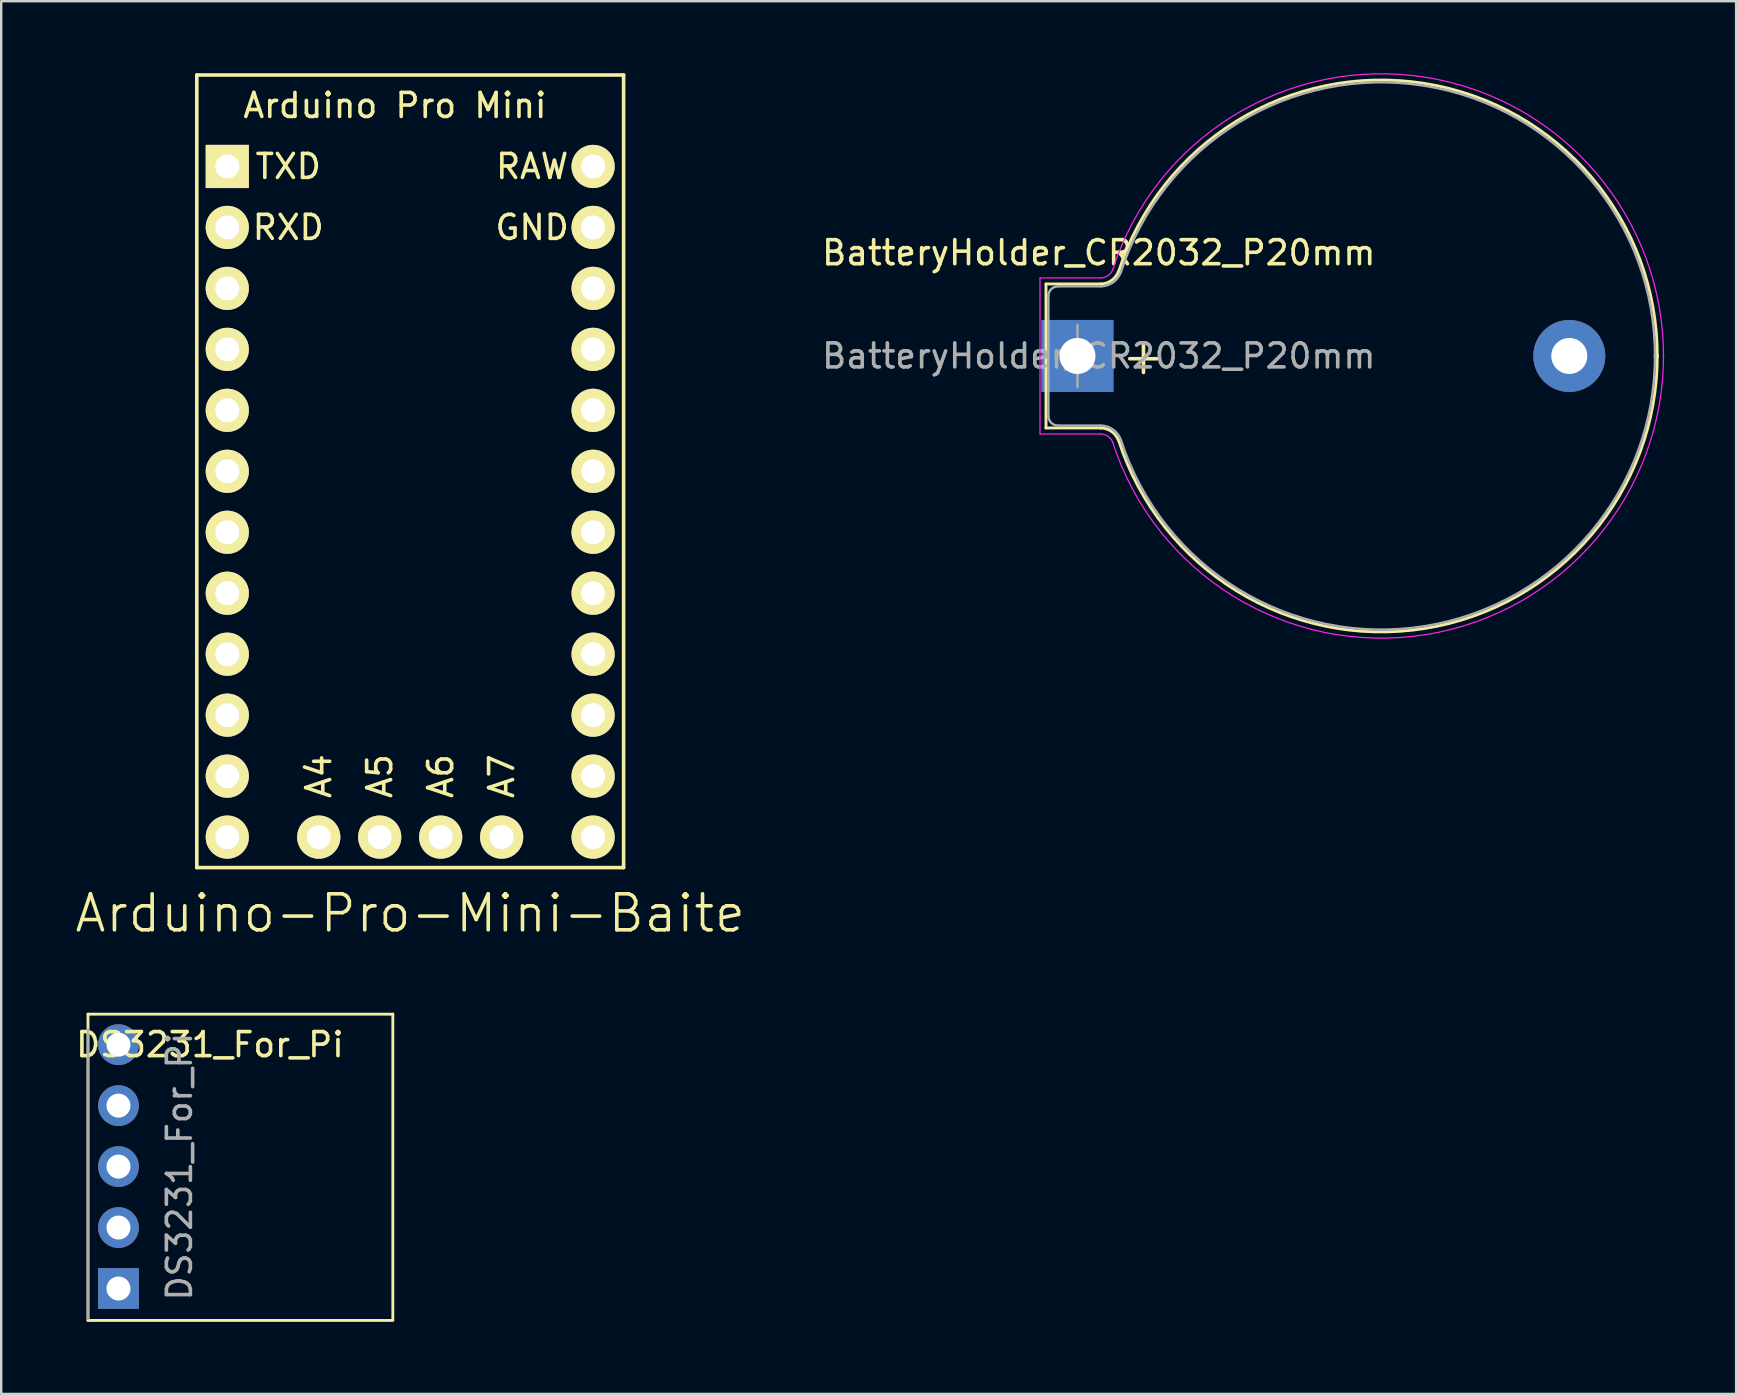
<source format=kicad_pcb>
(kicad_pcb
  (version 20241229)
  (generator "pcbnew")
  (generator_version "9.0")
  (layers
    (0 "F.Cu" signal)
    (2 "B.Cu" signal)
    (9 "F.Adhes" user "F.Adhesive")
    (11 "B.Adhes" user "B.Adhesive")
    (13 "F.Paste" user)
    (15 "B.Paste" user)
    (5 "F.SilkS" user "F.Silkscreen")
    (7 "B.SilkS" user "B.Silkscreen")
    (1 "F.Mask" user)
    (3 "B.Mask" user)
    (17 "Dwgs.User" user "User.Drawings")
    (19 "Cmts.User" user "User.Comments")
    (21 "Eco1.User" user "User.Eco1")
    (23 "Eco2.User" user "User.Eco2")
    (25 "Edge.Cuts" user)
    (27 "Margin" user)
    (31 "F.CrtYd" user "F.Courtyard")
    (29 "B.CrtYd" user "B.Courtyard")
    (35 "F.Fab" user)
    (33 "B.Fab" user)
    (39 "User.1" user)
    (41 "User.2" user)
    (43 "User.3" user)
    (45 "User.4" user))
  (footprint "Arduino-Pro-Mini-Baite"
    (layer "F.Cu")
    (at 21.659 31.825)
    (property "Reference" "Arduino-Pro-Mini-Baite" (at -7.62 3.175 0) (layer "F.SilkS") (effects (font (size 1.5 1.5) (thickness 0.15))))
    (attr through_hole)
    (fp_line (start -16.51 -31.75) (end 1.27 -31.75) (stroke (width 0.15) (type solid)) (layer "F.SilkS"))
    (fp_line (start -16.51 1.27) (end -16.51 -31.75) (stroke (width 0.15) (type solid)) (layer "F.SilkS"))
    (fp_line (start 1.27 -31.75) (end 1.27 1.27) (stroke (width 0.15) (type solid)) (layer "F.SilkS"))
    (fp_line (start 1.27 1.27) (end -16.51 1.27) (stroke (width 0.15) (type solid)) (layer "F.SilkS"))
    (fp_text user "A5" (at -8.89 -2.54 90) (layer "F.SilkS") (effects (font (size 1 1) (thickness 0.15))))
    (fp_text user "RXD" (at -12.7 -25.4 0) (layer "F.SilkS") (effects (font (size 1 1) (thickness 0.15))))
    (fp_text user "A4" (at -11.43 -2.54 90) (layer "F.SilkS") (effects (font (size 1 1) (thickness 0.15))))
    (fp_text user "RAW" (at -2.54 -27.94 0) (layer "F.SilkS") (effects (font (size 1 1) (thickness 0.15))))
    (fp_text user "A6" (at -6.35 -2.54 90) (layer "F.SilkS") (effects (font (size 1 1) (thickness 0.15))))
    (fp_text user "GND" (at -2.54 -25.4 0) (layer "F.SilkS") (effects (font (size 1 1) (thickness 0.15))))
    (fp_text user "A7" (at -3.81 -2.54 90) (layer "F.SilkS") (effects (font (size 1 1) (thickness 0.15))))
    (fp_text user "TXD" (at -12.7 -27.94 0) (layer "F.SilkS") (effects (font (size 1 1) (thickness 0.15))))
    (fp_text user "Arduino Pro Mini" (at -8.255 -30.48 0) (layer "F.SilkS") (effects (font (size 1 1) (thickness 0.15))))
    (pad "1" thru_hole rect (at -15.24 -27.94) (size 1.8 1.8) (drill 1) (layers "*.Cu" "*.Mask" "F.SilkS"))
    (pad "2" thru_hole circle (at -15.24 -25.4) (size 1.8 1.8) (drill 1) (layers "*.Cu" "*.Mask" "F.SilkS"))
    (pad "3" thru_hole circle (at -15.24 -22.86) (size 1.8 1.8) (drill 1) (layers "*.Cu" "*.Mask" "F.SilkS"))
    (pad "4" thru_hole circle (at -15.24 -20.32) (size 1.8 1.8) (drill 1) (layers "*.Cu" "*.Mask" "F.SilkS"))
    (pad "5" thru_hole circle (at -15.24 -17.78) (size 1.8 1.8) (drill 1) (layers "*.Cu" "*.Mask" "F.SilkS"))
    (pad "6" thru_hole circle (at -15.24 -15.24) (size 1.8 1.8) (drill 1) (layers "*.Cu" "*.Mask" "F.SilkS"))
    (pad "7" thru_hole circle (at -15.24 -12.7) (size 1.8 1.8) (drill 1) (layers "*.Cu" "*.Mask" "F.SilkS"))
    (pad "8" thru_hole circle (at -15.24 -10.16) (size 1.8 1.8) (drill 1) (layers "*.Cu" "*.Mask" "F.SilkS"))
    (pad "9" thru_hole circle (at -15.24 -7.62) (size 1.8 1.8) (drill 1) (layers "*.Cu" "*.Mask" "F.SilkS"))
    (pad "10" thru_hole circle (at -15.24 -5.08) (size 1.8 1.8) (drill 1) (layers "*.Cu" "*.Mask" "F.SilkS"))
    (pad "11" thru_hole circle (at -15.24 -2.54) (size 1.8 1.8) (drill 1) (layers "*.Cu" "*.Mask" "F.SilkS"))
    (pad "12" thru_hole circle (at -15.24 0) (size 1.8 1.8) (drill 1) (layers "*.Cu" "*.Mask" "F.SilkS"))
    (pad "13" thru_hole circle (at 0 0) (size 1.8 1.8) (drill 1) (layers "*.Cu" "*.Mask" "F.SilkS"))
    (pad "14" thru_hole circle (at 0 -2.54) (size 1.8 1.8) (drill 1) (layers "*.Cu" "*.Mask" "F.SilkS"))
    (pad "15" thru_hole circle (at 0 -5.08) (size 1.8 1.8) (drill 1) (layers "*.Cu" "*.Mask" "F.SilkS"))
    (pad "16" thru_hole circle (at 0 -7.62) (size 1.8 1.8) (drill 1) (layers "*.Cu" "*.Mask" "F.SilkS"))
    (pad "17" thru_hole circle (at 0 -10.16) (size 1.8 1.8) (drill 1) (layers "*.Cu" "*.Mask" "F.SilkS"))
    (pad "18" thru_hole circle (at 0 -12.7) (size 1.8 1.8) (drill 1) (layers "*.Cu" "*.Mask" "F.SilkS"))
    (pad "19" thru_hole circle (at 0 -15.24) (size 1.8 1.8) (drill 1) (layers "*.Cu" "*.Mask" "F.SilkS"))
    (pad "20" thru_hole circle (at 0 -17.78) (size 1.8 1.8) (drill 1) (layers "*.Cu" "*.Mask" "F.SilkS"))
    (pad "21" thru_hole circle (at 0 -20.32) (size 1.8 1.8) (drill 1) (layers "*.Cu" "*.Mask" "F.SilkS"))
    (pad "22" thru_hole circle (at 0 -22.86) (size 1.8 1.8) (drill 1) (layers "*.Cu" "*.Mask" "F.SilkS"))
    (pad "23" thru_hole circle (at 0 -25.4) (size 1.8 1.8) (drill 1) (layers "*.Cu" "*.Mask" "F.SilkS"))
    (pad "24" thru_hole circle (at 0 -27.94) (size 1.8 1.8) (drill 1) (layers "*.Cu" "*.Mask" "F.SilkS"))
    (pad "31" thru_hole circle (at -11.43 0) (size 1.8 1.8) (drill 1) (layers "*.Cu" "*.Mask" "F.SilkS"))
    (pad "32" thru_hole circle (at -8.89 0) (size 1.8 1.8) (drill 1) (layers "*.Cu" "*.Mask" "F.SilkS"))
    (pad "33" thru_hole circle (at -6.35 0) (size 1.8 1.8) (drill 1) (layers "*.Cu" "*.Mask" "F.SilkS"))
    (pad "34" thru_hole circle (at -3.81 0) (size 1.8 1.8) (drill 1) (layers "*.Cu" "*.Mask" "F.SilkS")))
  (footprint "BatteryHolder_CR2032_P20mm"
    (layer "F.Cu")
    (at 41.838 11.78)
    (property "Reference" "BatteryHolder_CR2032_P20mm" (at 0.889 -4.3 0) (layer "F.SilkS") (effects (font (size 1 1) (thickness 0.15))))
    (attr through_hole)
    (fp_line (start -1.311 -3) (end 0.96 -3) (stroke (width 0.12) (type solid)) (layer "F.SilkS"))
    (fp_line (start -1.311 3) (end -1.311 -3) (stroke (width 0.12) (type solid)) (layer "F.SilkS"))
    (fp_line (start -1.311 3) (end 0.96 3) (stroke (width 0.12) (type solid)) (layer "F.SilkS"))
    (fp_arc (start 0.96 3) (mid 1.418861 3.144678) (end 1.711754 3.526384) (stroke (width 0.12) (type solid)) (layer "F.SilkS"))
    (fp_arc (start 1.71 -3.5) (mid 14.453514 -11.35499) (end 24.155671 0.045281) (stroke (width 0.12) (type solid)) (layer "F.SilkS"))
    (fp_arc (start 1.711754 -3.526384) (mid 1.418861 -3.144678) (end 0.96 -3) (stroke (width 0.12) (type solid)) (layer "F.SilkS"))
    (fp_arc (start 24.155671 -0.045281) (mid 14.453514 11.35499) (end 1.71 3.5) (stroke (width 0.12) (type solid)) (layer "F.SilkS"))
    (fp_line (start -1.561 -3.25) (end 0.96 -3.25) (stroke (width 0.05) (type solid)) (layer "F.CrtYd"))
    (fp_line (start -1.561 3.25) (end -1.561 -3.25) (stroke (width 0.05) (type solid)) (layer "F.CrtYd"))
    (fp_line (start -1.561 3.25) (end 0.96 3.25) (stroke (width 0.05) (type solid)) (layer "F.CrtYd"))
    (fp_arc (start 0.96 3.25) (mid 1.275467 3.349466) (end 1.476831 3.611889) (stroke (width 0.05) (type solid)) (layer "F.CrtYd"))
    (fp_arc (start 1.47 -3.6) (mid 14.515841 -11.60741) (end 24.414634 0.068483) (stroke (width 0.05) (type solid)) (layer "F.CrtYd"))
    (fp_arc (start 1.476831 -3.611889) (mid 1.275467 -3.349466) (end 0.96 -3.25) (stroke (width 0.05) (type solid)) (layer "F.CrtYd"))
    (fp_arc (start 24.414634 -0.068483) (mid 14.515841 11.60741) (end 1.47 3.6) (stroke (width 0.05) (type solid)) (layer "F.CrtYd"))
    (fp_line (start -1.211 -2.5) (end -1.211 2.5) (stroke (width 0.1) (type solid)) (layer "F.Fab"))
    (fp_line (start -0.811 2.9) (end 0.96 2.9) (stroke (width 0.1) (type solid)) (layer "F.Fab"))
    (fp_line (start 0 -1.3) (end 0 1.3) (stroke (width 0.1) (type solid)) (layer "F.Fab"))
    (fp_line (start 0.96 -2.9) (end -0.811 -2.9) (stroke (width 0.1) (type solid)) (layer "F.Fab"))
    (fp_arc (start -1.211 -2.5) (mid -1.093843 -2.782843) (end -0.811 -2.9) (stroke (width 0.1) (type solid)) (layer "F.Fab"))
    (fp_arc (start -0.811 2.9) (mid -1.093843 2.782843) (end -1.211 2.5) (stroke (width 0.1) (type solid)) (layer "F.Fab"))
    (fp_arc (start 0.96 2.9) (mid 1.476219 3.062763) (end 1.805723 3.492182) (stroke (width 0.1) (type solid)) (layer "F.Fab"))
    (fp_arc (start 1.805723 -3.492182) (mid 1.476219 -3.062763) (end 0.96 -2.9) (stroke (width 0.1) (type solid)) (layer "F.Fab"))
    (fp_arc (start 1.81 -3.5) (mid 14.468726 -11.256154) (end 24.060299 0.075351) (stroke (width 0.1) (type solid)) (layer "F.Fab"))
    (fp_arc (start 24.060299 -0.075351) (mid 14.468726 11.256154) (end 1.81 3.5) (stroke (width 0.1) (type solid)) (layer "F.Fab"))
    (fp_text user "+" (at 2.75 0 0) (layer "F.SilkS") (effects (font (size 1.5 1.5) (thickness 0.15))))
    (fp_text user "${REFERENCE}" (at 0.889 0 0) (layer "F.Fab") (effects (font (size 1 1) (thickness 0.15))))
    (pad "1" thru_hole rect (at 0 0) (size 3 3) (drill 1.5) (layers "*.Cu" "*.Mask"))
    (pad "2" thru_hole circle (at 20.49 0) (size 3 3) (drill 1.5) (layers "*.Cu" "*.Mask")))
  (footprint "DS3231_For_Pi"
    (layer "F.Cu")
    (at 1.886 40.471)
    (property "Reference" "DS3231_For_Pi" (at 3.81 0 0) (layer "F.SilkS") (effects (font (size 1 1) (thickness 0.15))))
    (attr through_hole)
    (fp_line (start -1.27 -1.27) (end -1.27 11.49) (stroke (width 0.12) (type solid)) (layer "F.SilkS"))
    (fp_line (start -1.27 -1.27) (end 11.43 -1.27) (stroke (width 0.12) (type solid)) (layer "F.SilkS"))
    (fp_line (start -1.27 11.49) (end 11.43 11.49) (stroke (width 0.12) (type solid)) (layer "F.SilkS"))
    (fp_line (start 11.43 -1.27) (end 11.43 11.43) (stroke (width 0.12) (type solid)) (layer "F.SilkS"))
    (fp_line (start -1.27 11.43) (end -1.27 -0.635) (stroke (width 0.1) (type solid)) (layer "F.Fab"))
    (fp_text user "${REFERENCE}" (at 2.54 5.08 90) (layer "F.Fab") (effects (font (size 1 1) (thickness 0.15))))
    (pad "1" thru_hole rect (at 0 10.16) (size 1.7 1.7) (drill 1) (layers "*.Cu" "*.Mask"))
    (pad "2" thru_hole oval (at 0 7.62) (size 1.7 1.7) (drill 1) (layers "*.Cu" "*.Mask"))
    (pad "3" thru_hole oval (at 0 5.08) (size 1.7 1.7) (drill 1) (layers "*.Cu" "*.Mask"))
    (pad "4" thru_hole oval (at 0 2.54) (size 1.7 1.7) (drill 1) (layers "*.Cu" "*.Mask"))
    (pad "5" thru_hole oval (at 0 0) (size 1.7 1.7) (drill 1) (layers "*.Cu" "*.Mask")))
  (gr_rect
    (start -3 -3)
    (end 69.278 55.021)
    (stroke (width 0.1) (type default))
    (fill no)
    (layer "Edge.Cuts")))
</source>
